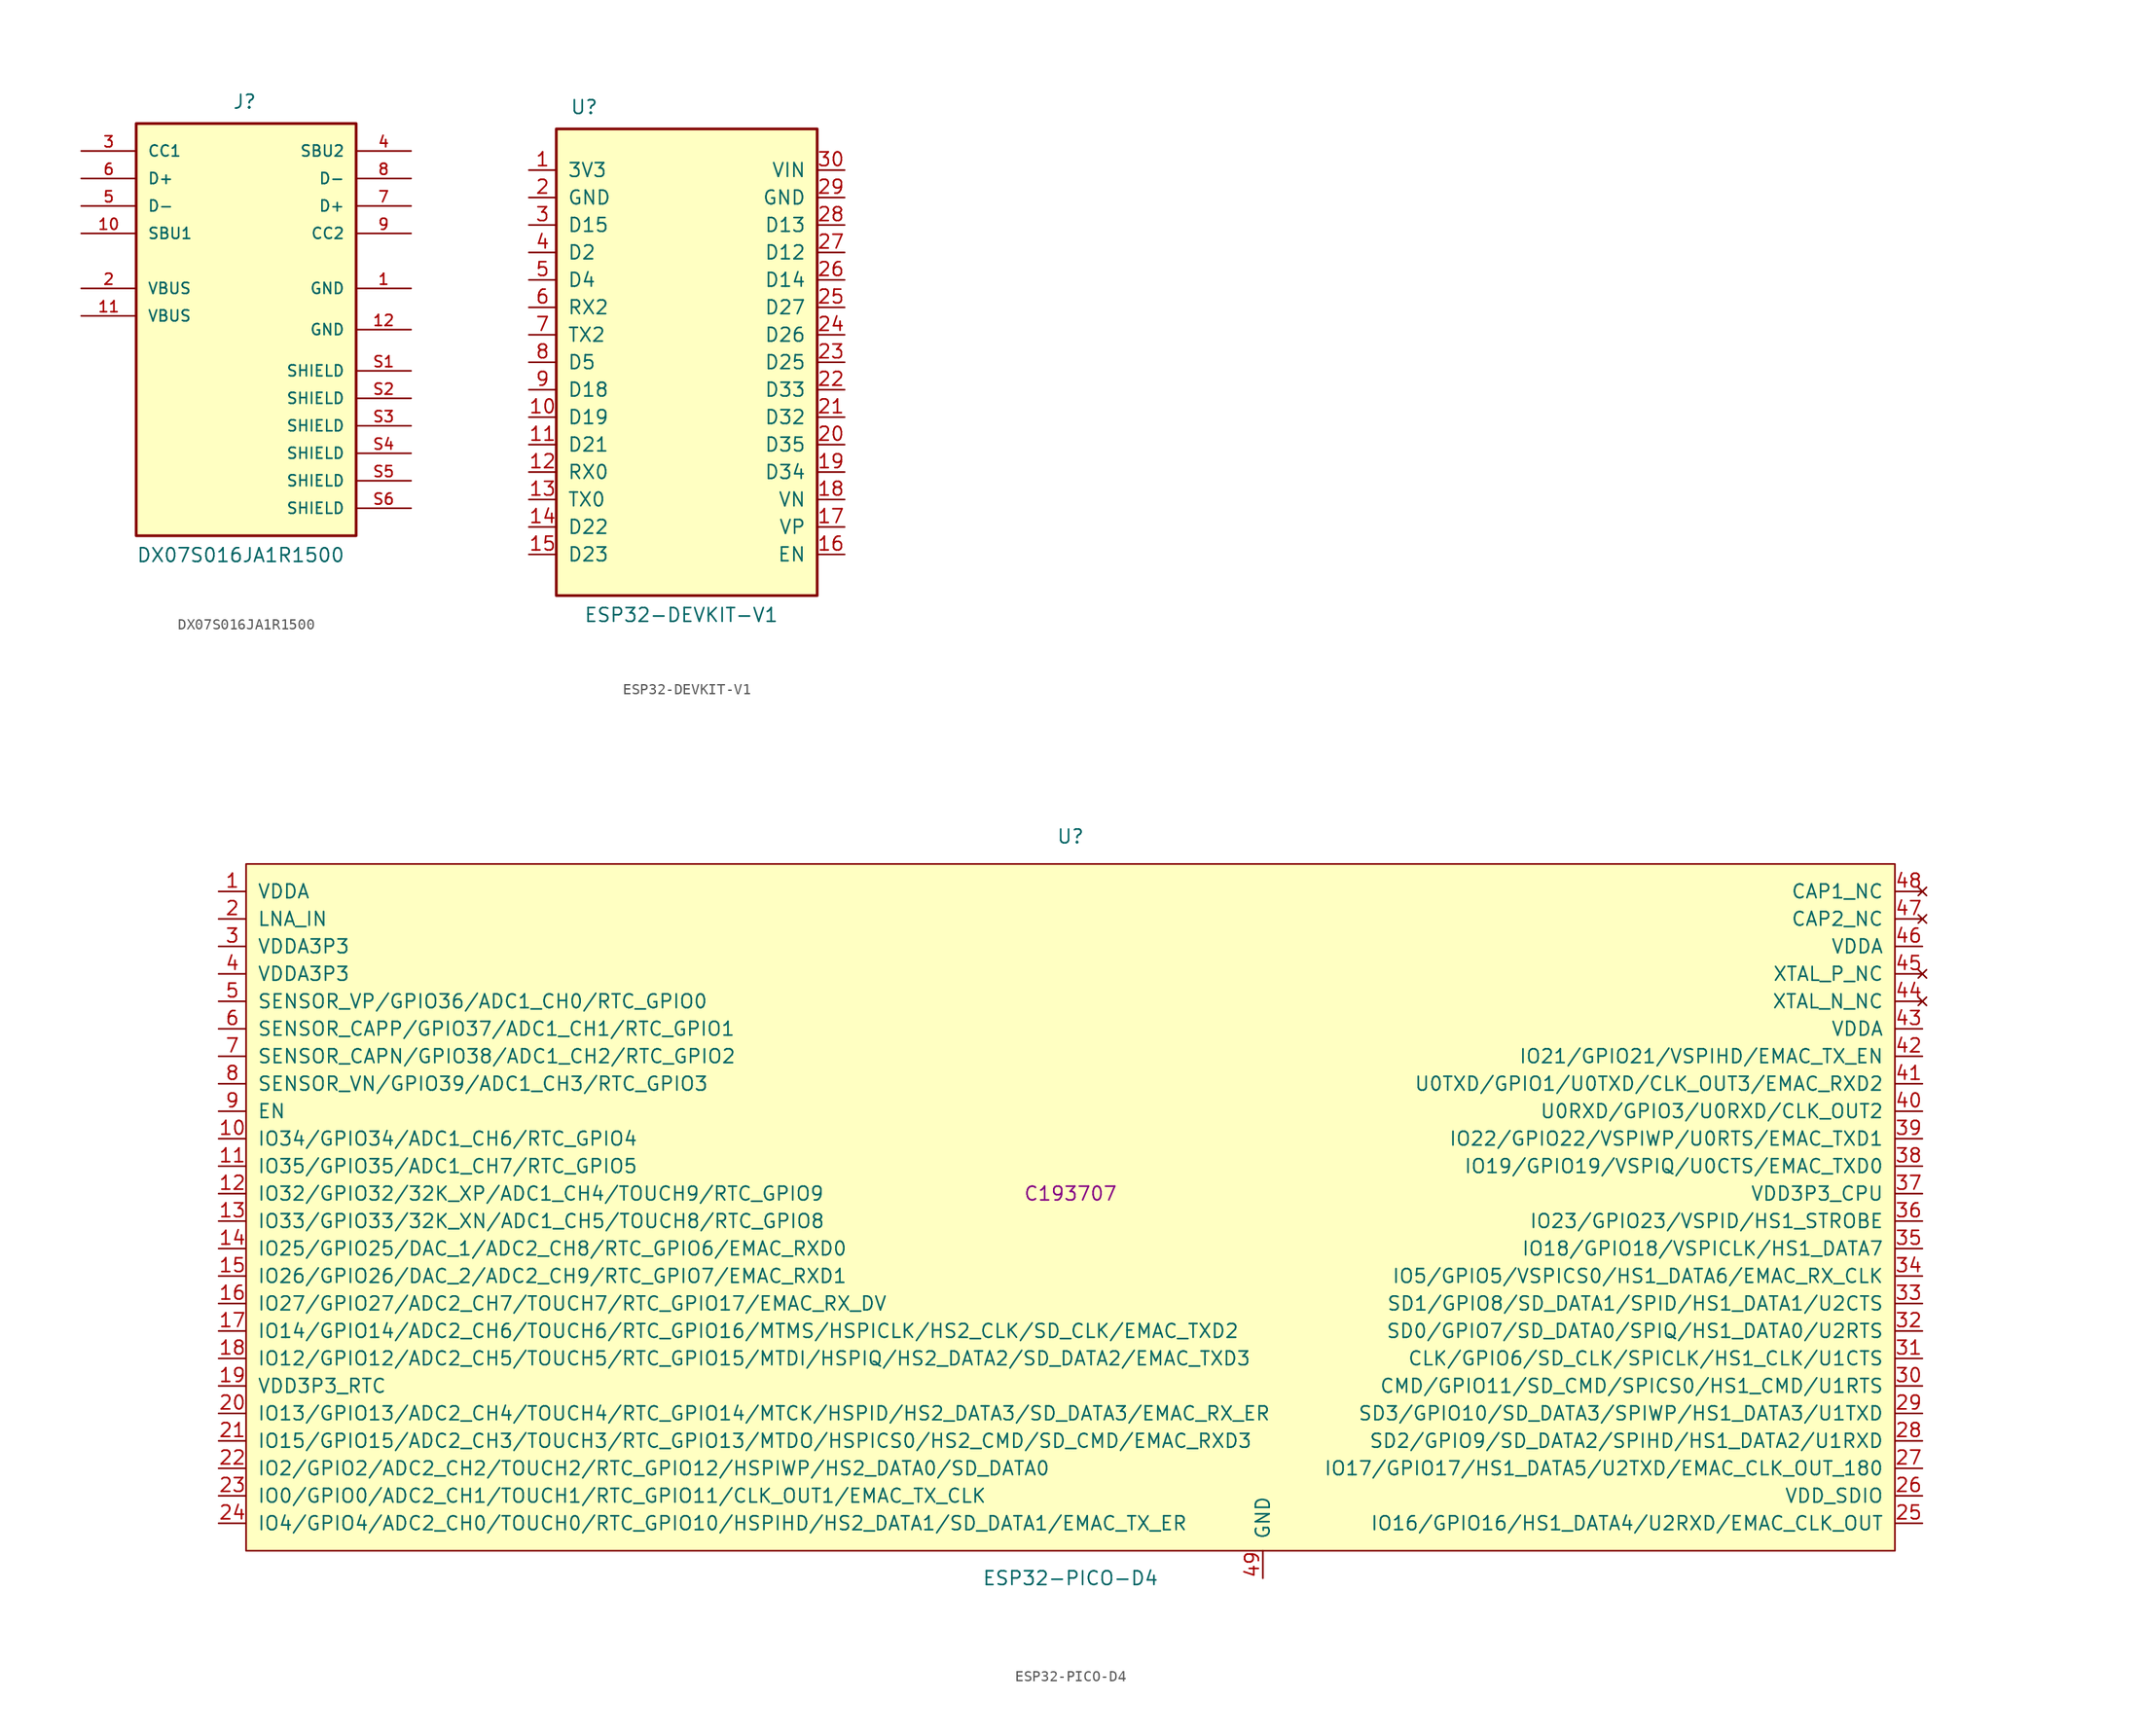
<source format=kicad_sym>
(kicad_symbol_lib
  (version 20241209)
  (generator "kicad_symbol_editor")
  (generator_version "9.0")
  (symbol "DX07S016JA1R1500"
    (pin_names
      (offset 1.016))
    (property "Reference" "J"
      (at -1.27 20.32 0)
      (effects (font (size 1.27 1.27)) (justify left bottom)))
    (property "Value" "DX07S016JA1R1500"
      (at -10.16 -21.59 0)
      (effects (font (size 1.27 1.27)) (justify left bottom)))
    (symbol "DX07S016JA1R1500_0_0"
      (rectangle (start -10.16 -19.05) (end 10.16 19.05) (stroke (width 0.254) (type solid)) (fill (type background)))
      (pin passive line (at -15.24 16.51 0) (length 5.08) (name "CC1" (effects (font (size 1.016 1.016)))) (number "3" (effects (font (size 1.016 1.016)))))
      (pin passive line (at -15.24 13.97 0) (length 5.08) (name "D+" (effects (font (size 1.016 1.016)))) (number "6" (effects (font (size 1.016 1.016)))))
      (pin passive line (at -15.24 11.43 0) (length 5.08) (name "D-" (effects (font (size 1.016 1.016)))) (number "5" (effects (font (size 1.016 1.016)))))
      (pin passive line (at -15.24 8.89 0) (length 5.08) (name "SBU1" (effects (font (size 1.016 1.016)))) (number "10" (effects (font (size 1.016 1.016)))))
      (pin power_in line (at -15.24 3.81 0) (length 5.08) (name "VBUS" (effects (font (size 1.016 1.016)))) (number "2" (effects (font (size 1.016 1.016)))))
      (pin power_in line (at -15.24 1.27 0) (length 5.08) (name "VBUS" (effects (font (size 1.016 1.016)))) (number "11" (effects (font (size 1.016 1.016)))))
      (pin passive line (at 15.24 16.51 180) (length 5.08) (name "SBU2" (effects (font (size 1.016 1.016)))) (number "4" (effects (font (size 1.016 1.016)))))
      (pin passive line (at 15.24 13.97 180) (length 5.08) (name "D-" (effects (font (size 1.016 1.016)))) (number "8" (effects (font (size 1.016 1.016)))))
      (pin passive line (at 15.24 11.43 180) (length 5.08) (name "D+" (effects (font (size 1.016 1.016)))) (number "7" (effects (font (size 1.016 1.016)))))
      (pin passive line (at 15.24 8.89 180) (length 5.08) (name "CC2" (effects (font (size 1.016 1.016)))) (number "9" (effects (font (size 1.016 1.016)))))
      (pin power_in line (at 15.24 3.81 180) (length 5.08) (name "GND" (effects (font (size 1.016 1.016)))) (number "1" (effects (font (size 1.016 1.016)))))
      (pin power_in line (at 15.24 0 180) (length 5.08) (name "GND" (effects (font (size 1.016 1.016)))) (number "12" (effects (font (size 1.016 1.016)))))
      (pin passive line (at 15.24 -3.81 180) (length 5.08) (name "SHIELD" (effects (font (size 1.016 1.016)))) (number "S1" (effects (font (size 1.016 1.016)))))
      (pin passive line (at 15.24 -6.35 180) (length 5.08) (name "SHIELD" (effects (font (size 1.016 1.016)))) (number "S2" (effects (font (size 1.016 1.016)))))
      (pin passive line (at 15.24 -8.89 180) (length 5.08) (name "SHIELD" (effects (font (size 1.016 1.016)))) (number "S3" (effects (font (size 1.016 1.016)))))
      (pin passive line (at 15.24 -11.43 180) (length 5.08) (name "SHIELD" (effects (font (size 1.016 1.016)))) (number "S4" (effects (font (size 1.016 1.016)))))
      (pin passive line (at 15.24 -13.97 180) (length 5.08) (name "SHIELD" (effects (font (size 1.016 1.016)))) (number "S5" (effects (font (size 1.016 1.016)))))
      (pin passive line (at 15.24 -16.51 180) (length 5.08) (name "SHIELD" (effects (font (size 1.016 1.016)))) (number "S6" (effects (font (size 1.016 1.016)))))))
  (symbol "ESP32-DEVKIT-V1"
    (pin_names
      (offset 1.016))
    (property "Reference" "U"
      (at -11.43 25.4 0)
      (effects (font (size 1.27 1.27)) (justify left bottom)))
    (property "Value" "ESP32-DEVKIT-V1"
      (at -10.16 -21.59 0)
      (effects (font (size 1.27 1.27)) (justify left bottom)))
    (symbol "ESP32-DEVKIT-V1_0_1"
      (rectangle (start -12.7 24.13) (end 11.43 -19.05) (stroke (width 0.254) (type solid)) (fill (type background))))
    (symbol "ESP32-DEVKIT-V1_1_1"
      (pin power_out line (at -15.24 20.32 0) (length 2.54) (name "3V3" (effects (font (size 1.27 1.27)))) (number "1" (effects (font (size 1.27 1.27)))))
      (pin power_in line (at -15.24 17.78 0) (length 2.54) (name "GND" (effects (font (size 1.27 1.27)))) (number "2" (effects (font (size 1.27 1.27)))))
      (pin bidirectional line (at -15.24 15.24 0) (length 2.54) (name "D15" (effects (font (size 1.27 1.27)))) (number "3" (effects (font (size 1.27 1.27)))))
      (pin bidirectional line (at -15.24 12.7 0) (length 2.54) (name "D2" (effects (font (size 1.27 1.27)))) (number "4" (effects (font (size 1.27 1.27)))))
      (pin bidirectional line (at -15.24 10.16 0) (length 2.54) (name "D4" (effects (font (size 1.27 1.27)))) (number "5" (effects (font (size 1.27 1.27)))))
      (pin bidirectional line (at -15.24 7.62 0) (length 2.54) (name "RX2" (effects (font (size 1.27 1.27)))) (number "6" (effects (font (size 1.27 1.27)))))
      (pin bidirectional line (at -15.24 5.08 0) (length 2.54) (name "TX2" (effects (font (size 1.27 1.27)))) (number "7" (effects (font (size 1.27 1.27)))))
      (pin bidirectional line (at -15.24 2.54 0) (length 2.54) (name "D5" (effects (font (size 1.27 1.27)))) (number "8" (effects (font (size 1.27 1.27)))))
      (pin bidirectional line (at -15.24 0 0) (length 2.54) (name "D18" (effects (font (size 1.27 1.27)))) (number "9" (effects (font (size 1.27 1.27)))))
      (pin bidirectional line (at -15.24 -2.54 0) (length 2.54) (name "D19" (effects (font (size 1.27 1.27)))) (number "10" (effects (font (size 1.27 1.27)))))
      (pin bidirectional line (at -15.24 -5.08 0) (length 2.54) (name "D21" (effects (font (size 1.27 1.27)))) (number "11" (effects (font (size 1.27 1.27)))))
      (pin input line (at -15.24 -7.62 0) (length 2.54) (name "RX0" (effects (font (size 1.27 1.27)))) (number "12" (effects (font (size 1.27 1.27)))))
      (pin output line (at -15.24 -10.16 0) (length 2.54) (name "TX0" (effects (font (size 1.27 1.27)))) (number "13" (effects (font (size 1.27 1.27)))))
      (pin bidirectional line (at -15.24 -12.7 0) (length 2.54) (name "D22" (effects (font (size 1.27 1.27)))) (number "14" (effects (font (size 1.27 1.27)))))
      (pin bidirectional line (at -15.24 -15.24 0) (length 2.54) (name "D23" (effects (font (size 1.27 1.27)))) (number "15" (effects (font (size 1.27 1.27)))))
      (pin power_in line (at 13.97 20.32 180) (length 2.54) (name "VIN" (effects (font (size 1.27 1.27)))) (number "30" (effects (font (size 1.27 1.27)))))
      (pin power_in line (at 13.97 17.78 180) (length 2.54) (name "GND" (effects (font (size 1.27 1.27)))) (number "29" (effects (font (size 1.27 1.27)))))
      (pin bidirectional line (at 13.97 15.24 180) (length 2.54) (name "D13" (effects (font (size 1.27 1.27)))) (number "28" (effects (font (size 1.27 1.27)))))
      (pin bidirectional line (at 13.97 12.7 180) (length 2.54) (name "D12" (effects (font (size 1.27 1.27)))) (number "27" (effects (font (size 1.27 1.27)))))
      (pin bidirectional line (at 13.97 10.16 180) (length 2.54) (name "D14" (effects (font (size 1.27 1.27)))) (number "26" (effects (font (size 1.27 1.27)))))
      (pin bidirectional line (at 13.97 7.62 180) (length 2.54) (name "D27" (effects (font (size 1.27 1.27)))) (number "25" (effects (font (size 1.27 1.27)))))
      (pin bidirectional line (at 13.97 5.08 180) (length 2.54) (name "D26" (effects (font (size 1.27 1.27)))) (number "24" (effects (font (size 1.27 1.27)))))
      (pin bidirectional line (at 13.97 2.54 180) (length 2.54) (name "D25" (effects (font (size 1.27 1.27)))) (number "23" (effects (font (size 1.27 1.27)))))
      (pin bidirectional line (at 13.97 0 180) (length 2.54) (name "D33" (effects (font (size 1.27 1.27)))) (number "22" (effects (font (size 1.27 1.27)))))
      (pin bidirectional line (at 13.97 -2.54 180) (length 2.54) (name "D32" (effects (font (size 1.27 1.27)))) (number "21" (effects (font (size 1.27 1.27)))))
      (pin bidirectional line (at 13.97 -5.08 180) (length 2.54) (name "D35" (effects (font (size 1.27 1.27)))) (number "20" (effects (font (size 1.27 1.27)))))
      (pin bidirectional line (at 13.97 -7.62 180) (length 2.54) (name "D34" (effects (font (size 1.27 1.27)))) (number "19" (effects (font (size 1.27 1.27)))))
      (pin bidirectional line (at 13.97 -10.16 180) (length 2.54) (name "VN" (effects (font (size 1.27 1.27)))) (number "18" (effects (font (size 1.27 1.27)))))
      (pin bidirectional line (at 13.97 -12.7 180) (length 2.54) (name "VP" (effects (font (size 1.27 1.27)))) (number "17" (effects (font (size 1.27 1.27)))))
      (pin input line (at 13.97 -15.24 180) (length 2.54) (name "EN" (effects (font (size 1.27 1.27)))) (number "16" (effects (font (size 1.27 1.27)))))))
  (symbol "ESP32-PICO-D4"
    (pin_names
      (offset 1.016))
    (property "Reference" "U"
      (at 0 33.02 0)
      (effects (font (size 1.27 1.27))))
    (property "Value" "ESP32-PICO-D4"
      (at 0 -35.56 0)
      (effects (font (size 1.27 1.27))))
    (property "LCSC" "C193707"
      (at 0 0 0)
      (effects (font (size 1.27 1.27))))
    (symbol "ESP32-PICO-D4_0_1"
      (rectangle (start -76.2 30.48) (end 76.2 -33.02) (stroke (width 0) (type solid)) (fill (type background))))
    (symbol "ESP32-PICO-D4_1_1"
      (pin power_in line (at -78.74 27.94 0) (length 2.54) (name "VDDA" (effects (font (size 1.27 1.27)))) (number "1" (effects (font (size 1.27 1.27)))))
      (pin bidirectional line (at -78.74 25.4 0) (length 2.54) (name "LNA_IN" (effects (font (size 1.27 1.27)))) (number "2" (effects (font (size 1.27 1.27)))))
      (pin power_in line (at -78.74 22.86 0) (length 2.54) (name "VDDA3P3" (effects (font (size 1.27 1.27)))) (number "3" (effects (font (size 1.27 1.27)))))
      (pin power_in line (at -78.74 20.32 0) (length 2.54) (name "VDDA3P3" (effects (font (size 1.27 1.27)))) (number "4" (effects (font (size 1.27 1.27)))))
      (pin input line (at -78.74 17.78 0) (length 2.54) (name "SENSOR_VP/GPIO36/ADC1_CH0/RTC_GPIO0" (effects (font (size 1.27 1.27)))) (number "5" (effects (font (size 1.27 1.27)))))
      (pin input line (at -78.74 15.24 0) (length 2.54) (name "SENSOR_CAPP/GPIO37/ADC1_CH1/RTC_GPIO1" (effects (font (size 1.27 1.27)))) (number "6" (effects (font (size 1.27 1.27)))))
      (pin input line (at -78.74 12.7 0) (length 2.54) (name "SENSOR_CAPN/GPIO38/ADC1_CH2/RTC_GPIO2" (effects (font (size 1.27 1.27)))) (number "7" (effects (font (size 1.27 1.27)))))
      (pin input line (at -78.74 10.16 0) (length 2.54) (name "SENSOR_VN/GPIO39/ADC1_CH3/RTC_GPIO3" (effects (font (size 1.27 1.27)))) (number "8" (effects (font (size 1.27 1.27)))))
      (pin input line (at -78.74 7.62 0) (length 2.54) (name "EN" (effects (font (size 1.27 1.27)))) (number "9" (effects (font (size 1.27 1.27)))))
      (pin input line (at -78.74 5.08 0) (length 2.54) (name "IO34/GPIO34/ADC1_CH6/RTC_GPIO4" (effects (font (size 1.27 1.27)))) (number "10" (effects (font (size 1.27 1.27)))))
      (pin input line (at -78.74 2.54 0) (length 2.54) (name "IO35/GPIO35/ADC1_CH7/RTC_GPIO5" (effects (font (size 1.27 1.27)))) (number "11" (effects (font (size 1.27 1.27)))))
      (pin bidirectional line (at -78.74 0 0) (length 2.54) (name "IO32/GPIO32/32K_XP/ADC1_CH4/TOUCH9/RTC_GPIO9" (effects (font (size 1.27 1.27)))) (number "12" (effects (font (size 1.27 1.27)))))
      (pin bidirectional line (at -78.74 -2.54 0) (length 2.54) (name "IO33/GPIO33/32K_XN/ADC1_CH5/TOUCH8/RTC_GPIO8" (effects (font (size 1.27 1.27)))) (number "13" (effects (font (size 1.27 1.27)))))
      (pin bidirectional line (at -78.74 -5.08 0) (length 2.54) (name "IO25/GPIO25/DAC_1/ADC2_CH8/RTC_GPIO6/EMAC_RXD0" (effects (font (size 1.27 1.27)))) (number "14" (effects (font (size 1.27 1.27)))))
      (pin bidirectional line (at -78.74 -7.62 0) (length 2.54) (name "IO26/GPIO26/DAC_2/ADC2_CH9/RTC_GPIO7/EMAC_RXD1" (effects (font (size 1.27 1.27)))) (number "15" (effects (font (size 1.27 1.27)))))
      (pin bidirectional line (at -78.74 -10.16 0) (length 2.54) (name "IO27/GPIO27/ADC2_CH7/TOUCH7/RTC_GPIO17/EMAC_RX_DV" (effects (font (size 1.27 1.27)))) (number "16" (effects (font (size 1.27 1.27)))))
      (pin bidirectional line (at -78.74 -12.7 0) (length 2.54) (name "IO14/GPIO14/ADC2_CH6/TOUCH6/RTC_GPIO16/MTMS/HSPICLK/HS2_CLK/SD_CLK/EMAC_TXD2" (effects (font (size 1.27 1.27)))) (number "17" (effects (font (size 1.27 1.27)))))
      (pin bidirectional line (at -78.74 -15.24 0) (length 2.54) (name "IO12/GPIO12/ADC2_CH5/TOUCH5/RTC_GPIO15/MTDI/HSPIQ/HS2_DATA2/SD_DATA2/EMAC_TXD3" (effects (font (size 1.27 1.27)))) (number "18" (effects (font (size 1.27 1.27)))))
      (pin power_in line (at -78.74 -17.78 0) (length 2.54) (name "VDD3P3_RTC" (effects (font (size 1.27 1.27)))) (number "19" (effects (font (size 1.27 1.27)))))
      (pin bidirectional line (at -78.74 -20.32 0) (length 2.54) (name "IO13/GPIO13/ADC2_CH4/TOUCH4/RTC_GPIO14/MTCK/HSPID/HS2_DATA3/SD_DATA3/EMAC_RX_ER" (effects (font (size 1.27 1.27)))) (number "20" (effects (font (size 1.27 1.27)))))
      (pin bidirectional line (at -78.74 -22.86 0) (length 2.54) (name "IO15/GPIO15/ADC2_CH3/TOUCH3/RTC_GPIO13/MTDO/HSPICS0/HS2_CMD/SD_CMD/EMAC_RXD3" (effects (font (size 1.27 1.27)))) (number "21" (effects (font (size 1.27 1.27)))))
      (pin bidirectional line (at -78.74 -25.4 0) (length 2.54) (name "IO2/GPIO2/ADC2_CH2/TOUCH2/RTC_GPIO12/HSPIWP/HS2_DATA0/SD_DATA0" (effects (font (size 1.27 1.27)))) (number "22" (effects (font (size 1.27 1.27)))))
      (pin bidirectional line (at -78.74 -27.94 0) (length 2.54) (name "IO0/GPIO0/ADC2_CH1/TOUCH1/RTC_GPIO11/CLK_OUT1/EMAC_TX_CLK" (effects (font (size 1.27 1.27)))) (number "23" (effects (font (size 1.27 1.27)))))
      (pin bidirectional line (at -78.74 -30.48 0) (length 2.54) (name "IO4/GPIO4/ADC2_CH0/TOUCH0/RTC_GPIO10/HSPIHD/HS2_DATA1/SD_DATA1/EMAC_TX_ER" (effects (font (size 1.27 1.27)))) (number "24" (effects (font (size 1.27 1.27)))))
      (pin power_in line (at 17.78 -35.56 90) (length 2.54) (name "GND" (effects (font (size 1.27 1.27)))) (number "49" (effects (font (size 1.27 1.27)))))
      (pin no_connect line (at 78.74 27.94 180) (length 2.54) (name "CAP1_NC" (effects (font (size 1.27 1.27)))) (number "48" (effects (font (size 1.27 1.27)))))
      (pin no_connect line (at 78.74 25.4 180) (length 2.54) (name "CAP2_NC" (effects (font (size 1.27 1.27)))) (number "47" (effects (font (size 1.27 1.27)))))
      (pin power_in line (at 78.74 22.86 180) (length 2.54) (name "VDDA" (effects (font (size 1.27 1.27)))) (number "46" (effects (font (size 1.27 1.27)))))
      (pin no_connect line (at 78.74 20.32 180) (length 2.54) (name "XTAL_P_NC" (effects (font (size 1.27 1.27)))) (number "45" (effects (font (size 1.27 1.27)))))
      (pin no_connect line (at 78.74 17.78 180) (length 2.54) (name "XTAL_N_NC" (effects (font (size 1.27 1.27)))) (number "44" (effects (font (size 1.27 1.27)))))
      (pin power_in line (at 78.74 15.24 180) (length 2.54) (name "VDDA" (effects (font (size 1.27 1.27)))) (number "43" (effects (font (size 1.27 1.27)))))
      (pin bidirectional line (at 78.74 12.7 180) (length 2.54) (name "IO21/GPIO21/VSPIHD/EMAC_TX_EN" (effects (font (size 1.27 1.27)))) (number "42" (effects (font (size 1.27 1.27)))))
      (pin bidirectional line (at 78.74 10.16 180) (length 2.54) (name "U0TXD/GPIO1/U0TXD/CLK_OUT3/EMAC_RXD2" (effects (font (size 1.27 1.27)))) (number "41" (effects (font (size 1.27 1.27)))))
      (pin bidirectional line (at 78.74 7.62 180) (length 2.54) (name "U0RXD/GPIO3/U0RXD/CLK_OUT2" (effects (font (size 1.27 1.27)))) (number "40" (effects (font (size 1.27 1.27)))))
      (pin bidirectional line (at 78.74 5.08 180) (length 2.54) (name "IO22/GPIO22/VSPIWP/U0RTS/EMAC_TXD1" (effects (font (size 1.27 1.27)))) (number "39" (effects (font (size 1.27 1.27)))))
      (pin bidirectional line (at 78.74 2.54 180) (length 2.54) (name "IO19/GPIO19/VSPIQ/U0CTS/EMAC_TXD0" (effects (font (size 1.27 1.27)))) (number "38" (effects (font (size 1.27 1.27)))))
      (pin power_in line (at 78.74 0 180) (length 2.54) (name "VDD3P3_CPU" (effects (font (size 1.27 1.27)))) (number "37" (effects (font (size 1.27 1.27)))))
      (pin bidirectional line (at 78.74 -2.54 180) (length 2.54) (name "IO23/GPIO23/VSPID/HS1_STROBE" (effects (font (size 1.27 1.27)))) (number "36" (effects (font (size 1.27 1.27)))))
      (pin bidirectional line (at 78.74 -5.08 180) (length 2.54) (name "IO18/GPIO18/VSPICLK/HS1_DATA7" (effects (font (size 1.27 1.27)))) (number "35" (effects (font (size 1.27 1.27)))))
      (pin bidirectional line (at 78.74 -7.62 180) (length 2.54) (name "IO5/GPIO5/VSPICS0/HS1_DATA6/EMAC_RX_CLK" (effects (font (size 1.27 1.27)))) (number "34" (effects (font (size 1.27 1.27)))))
      (pin bidirectional line (at 78.74 -10.16 180) (length 2.54) (name "SD1/GPIO8/SD_DATA1/SPID/HS1_DATA1/U2CTS" (effects (font (size 1.27 1.27)))) (number "33" (effects (font (size 1.27 1.27)))))
      (pin bidirectional line (at 78.74 -12.7 180) (length 2.54) (name "SD0/GPIO7/SD_DATA0/SPIQ/HS1_DATA0/U2RTS" (effects (font (size 1.27 1.27)))) (number "32" (effects (font (size 1.27 1.27)))))
      (pin bidirectional line (at 78.74 -15.24 180) (length 2.54) (name "CLK/GPIO6/SD_CLK/SPICLK/HS1_CLK/U1CTS" (effects (font (size 1.27 1.27)))) (number "31" (effects (font (size 1.27 1.27)))))
      (pin bidirectional line (at 78.74 -17.78 180) (length 2.54) (name "CMD/GPIO11/SD_CMD/SPICS0/HS1_CMD/U1RTS" (effects (font (size 1.27 1.27)))) (number "30" (effects (font (size 1.27 1.27)))))
      (pin bidirectional line (at 78.74 -20.32 180) (length 2.54) (name "SD3/GPIO10/SD_DATA3/SPIWP/HS1_DATA3/U1TXD" (effects (font (size 1.27 1.27)))) (number "29" (effects (font (size 1.27 1.27)))))
      (pin bidirectional line (at 78.74 -22.86 180) (length 2.54) (name "SD2/GPIO9/SD_DATA2/SPIHD/HS1_DATA2/U1RXD" (effects (font (size 1.27 1.27)))) (number "28" (effects (font (size 1.27 1.27)))))
      (pin bidirectional line (at 78.74 -25.4 180) (length 2.54) (name "IO17/GPIO17/HS1_DATA5/U2TXD/EMAC_CLK_OUT_180" (effects (font (size 1.27 1.27)))) (number "27" (effects (font (size 1.27 1.27)))))
      (pin power_out line (at 78.74 -27.94 180) (length 2.54) (name "VDD_SDIO" (effects (font (size 1.27 1.27)))) (number "26" (effects (font (size 1.27 1.27)))))
      (pin bidirectional line (at 78.74 -30.48 180) (length 2.54) (name "IO16/GPIO16/HS1_DATA4/U2RXD/EMAC_CLK_OUT" (effects (font (size 1.27 1.27)))) (number "25" (effects (font (size 1.27 1.27))))))))
</source>
